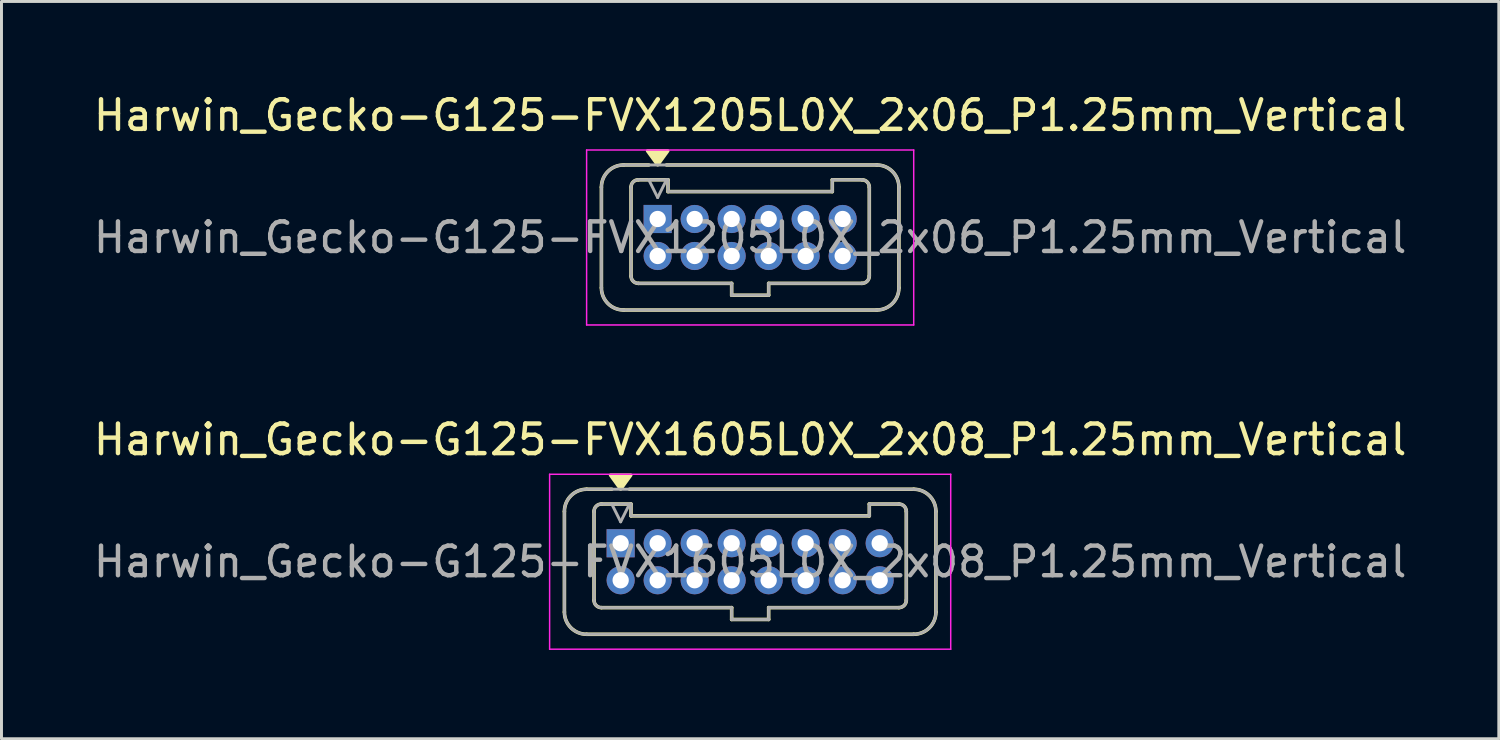
<source format=kicad_pcb>
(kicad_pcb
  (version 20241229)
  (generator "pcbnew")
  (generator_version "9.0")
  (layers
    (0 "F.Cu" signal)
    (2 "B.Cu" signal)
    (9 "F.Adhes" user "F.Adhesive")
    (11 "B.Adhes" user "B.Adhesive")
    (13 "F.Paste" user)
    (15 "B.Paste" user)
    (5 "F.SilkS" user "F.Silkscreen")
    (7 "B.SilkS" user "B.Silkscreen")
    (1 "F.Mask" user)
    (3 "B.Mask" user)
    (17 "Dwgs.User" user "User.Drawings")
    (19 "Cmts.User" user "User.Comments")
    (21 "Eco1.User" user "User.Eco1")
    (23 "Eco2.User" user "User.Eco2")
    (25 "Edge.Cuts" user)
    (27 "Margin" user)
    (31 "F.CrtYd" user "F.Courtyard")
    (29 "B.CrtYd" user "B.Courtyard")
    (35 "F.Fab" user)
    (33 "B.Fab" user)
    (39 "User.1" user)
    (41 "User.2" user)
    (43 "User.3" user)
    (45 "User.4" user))
  (footprint "Harwin_Gecko-G125-FVX1605L0X_2x08_P1.25mm_Vertical"
    (layer "F.Cu")
    (at 17.917 15.302)
    (property "Reference" "Harwin_Gecko-G125-FVX1605L0X_2x08_P1.25mm_Vertical" (at 4.375 -3.5 0) (layer "F.SilkS") (effects (font (size 1 1) (thickness 0.15))))
    (attr through_hole)
    (fp_line (start -1.9 -1.075) (end -1.9 2.325) (stroke (width 0.12) (type solid)) (layer "F.SilkS"))
    (fp_line (start -1.15 -1.825) (end -0.3 -1.825) (stroke (width 0.12) (type solid)) (layer "F.SilkS"))
    (fp_line (start -1.15 3.075) (end 9.9 3.075) (stroke (width 0.12) (type solid)) (layer "F.SilkS"))
    (fp_line (start -0.9 -1.075) (end -0.9 1.925) (stroke (width 0.12) (type solid)) (layer "F.SilkS"))
    (fp_line (start -0.65 -1.325) (end 0.35 -1.325) (stroke (width 0.12) (type solid)) (layer "F.SilkS"))
    (fp_line (start -0.65 2.175) (end 3.75 2.175) (stroke (width 0.12) (type solid)) (layer "F.SilkS"))
    (fp_line (start 0.3 -1.825) (end 9.9 -1.825) (stroke (width 0.12) (type solid)) (layer "F.SilkS"))
    (fp_line (start 0.35 -1.325) (end 0.35 -0.925) (stroke (width 0.12) (type solid)) (layer "F.SilkS"))
    (fp_line (start 0.35 -0.925) (end 8.4 -0.925) (stroke (width 0.12) (type solid)) (layer "F.SilkS"))
    (fp_line (start 3.75 2.175) (end 3.75 2.575) (stroke (width 0.12) (type solid)) (layer "F.SilkS"))
    (fp_line (start 3.75 2.575) (end 5 2.575) (stroke (width 0.12) (type solid)) (layer "F.SilkS"))
    (fp_line (start 5 2.175) (end 9.4 2.175) (stroke (width 0.12) (type solid)) (layer "F.SilkS"))
    (fp_line (start 5 2.575) (end 5 2.175) (stroke (width 0.12) (type solid)) (layer "F.SilkS"))
    (fp_line (start 8.4 -1.325) (end 9.4 -1.325) (stroke (width 0.12) (type solid)) (layer "F.SilkS"))
    (fp_line (start 8.4 -0.925) (end 8.4 -1.325) (stroke (width 0.12) (type solid)) (layer "F.SilkS"))
    (fp_line (start 9.65 -1.075) (end 9.65 1.925) (stroke (width 0.12) (type solid)) (layer "F.SilkS"))
    (fp_line (start 10.65 -1.075) (end 10.65 2.325) (stroke (width 0.12) (type solid)) (layer "F.SilkS"))
    (fp_arc (start -1.9 -1.075) (mid -1.68033 -1.60533) (end -1.15 -1.825) (stroke (width 0.12) (type solid)) (layer "F.SilkS"))
    (fp_arc (start -1.15 3.075) (mid -1.68033 2.85533) (end -1.9 2.325) (stroke (width 0.12) (type solid)) (layer "F.SilkS"))
    (fp_arc (start -0.9 -1.075) (mid -0.826777 -1.251777) (end -0.65 -1.325) (stroke (width 0.12) (type solid)) (layer "F.SilkS"))
    (fp_arc (start -0.65 2.175) (mid -0.826777 2.101777) (end -0.9 1.925) (stroke (width 0.12) (type solid)) (layer "F.SilkS"))
    (fp_arc (start 9.4 -1.325) (mid 9.576777 -1.251777) (end 9.65 -1.075) (stroke (width 0.12) (type solid)) (layer "F.SilkS"))
    (fp_arc (start 9.65 1.925) (mid 9.576777 2.101777) (end 9.4 2.175) (stroke (width 0.12) (type solid)) (layer "F.SilkS"))
    (fp_arc (start 9.9 -1.825) (mid 10.43033 -1.60533) (end 10.65 -1.075) (stroke (width 0.12) (type solid)) (layer "F.SilkS"))
    (fp_arc (start 10.65 2.325) (mid 10.43033 2.85533) (end 9.9 3.075) (stroke (width 0.12) (type solid)) (layer "F.SilkS"))
    (fp_poly (pts (xy 0 -1.83) (xy -0.34 -2.3) (xy 0.34 -2.3) (xy 0 -1.83)) (stroke (width 0.12) (type solid)) (fill yes) (layer "F.SilkS"))
    (fp_line (start -2.4 -2.33) (end -2.4 3.58) (stroke (width 0.05) (type solid)) (layer "F.CrtYd"))
    (fp_line (start -2.4 3.58) (end 11.15 3.58) (stroke (width 0.05) (type solid)) (layer "F.CrtYd"))
    (fp_line (start 11.15 -2.33) (end -2.4 -2.33) (stroke (width 0.05) (type solid)) (layer "F.CrtYd"))
    (fp_line (start 11.15 3.58) (end 11.15 -2.33) (stroke (width 0.05) (type solid)) (layer "F.CrtYd"))
    (fp_line (start -1.9 -1.075) (end -1.9 2.325) (stroke (width 0.1) (type solid)) (layer "F.Fab"))
    (fp_line (start -1.15 -1.825) (end 9.9 -1.825) (stroke (width 0.1) (type solid)) (layer "F.Fab"))
    (fp_line (start -1.15 3.075) (end 9.9 3.075) (stroke (width 0.1) (type solid)) (layer "F.Fab"))
    (fp_line (start -0.9 -1.075) (end -0.9 1.925) (stroke (width 0.1) (type solid)) (layer "F.Fab"))
    (fp_line (start -0.65 -1.325) (end 0.35 -1.325) (stroke (width 0.1) (type solid)) (layer "F.Fab"))
    (fp_line (start -0.65 2.175) (end 3.75 2.175) (stroke (width 0.1) (type solid)) (layer "F.Fab"))
    (fp_line (start 0 -0.725) (end -0.3 -1.325) (stroke (width 0.1) (type solid)) (layer "F.Fab"))
    (fp_line (start 0.3 -1.325) (end 0 -0.725) (stroke (width 0.1) (type solid)) (layer "F.Fab"))
    (fp_line (start 0.35 -1.325) (end 0.35 -0.925) (stroke (width 0.1) (type solid)) (layer "F.Fab"))
    (fp_line (start 0.35 -0.925) (end 8.4 -0.925) (stroke (width 0.1) (type solid)) (layer "F.Fab"))
    (fp_line (start 3.75 2.175) (end 3.75 2.575) (stroke (width 0.1) (type solid)) (layer "F.Fab"))
    (fp_line (start 3.75 2.575) (end 5 2.575) (stroke (width 0.1) (type solid)) (layer "F.Fab"))
    (fp_line (start 5 2.175) (end 9.4 2.175) (stroke (width 0.1) (type solid)) (layer "F.Fab"))
    (fp_line (start 5 2.575) (end 5 2.175) (stroke (width 0.1) (type solid)) (layer "F.Fab"))
    (fp_line (start 8.4 -1.325) (end 9.4 -1.325) (stroke (width 0.1) (type solid)) (layer "F.Fab"))
    (fp_line (start 8.4 -0.925) (end 8.4 -1.325) (stroke (width 0.1) (type solid)) (layer "F.Fab"))
    (fp_line (start 9.65 -1.075) (end 9.65 1.925) (stroke (width 0.1) (type solid)) (layer "F.Fab"))
    (fp_line (start 10.65 -1.075) (end 10.65 2.325) (stroke (width 0.1) (type solid)) (layer "F.Fab"))
    (fp_arc (start -1.9 -1.075) (mid -1.68033 -1.60533) (end -1.15 -1.825) (stroke (width 0.1) (type solid)) (layer "F.Fab"))
    (fp_arc (start -1.15 3.075) (mid -1.68033 2.85533) (end -1.9 2.325) (stroke (width 0.1) (type solid)) (layer "F.Fab"))
    (fp_arc (start -0.9 -1.075) (mid -0.826777 -1.251777) (end -0.65 -1.325) (stroke (width 0.1) (type solid)) (layer "F.Fab"))
    (fp_arc (start -0.65 2.175) (mid -0.826777 2.101777) (end -0.9 1.925) (stroke (width 0.1) (type solid)) (layer "F.Fab"))
    (fp_arc (start 9.4 -1.325) (mid 9.576777 -1.251777) (end 9.65 -1.075) (stroke (width 0.1) (type solid)) (layer "F.Fab"))
    (fp_arc (start 9.65 1.925) (mid 9.576777 2.101777) (end 9.4 2.175) (stroke (width 0.1) (type solid)) (layer "F.Fab"))
    (fp_arc (start 9.9 -1.825) (mid 10.43033 -1.60533) (end 10.65 -1.075) (stroke (width 0.1) (type solid)) (layer "F.Fab"))
    (fp_arc (start 10.65 2.325) (mid 10.43033 2.85533) (end 9.9 3.075) (stroke (width 0.1) (type solid)) (layer "F.Fab"))
    (fp_text user "${REFERENCE}" (at 4.375 0.625 0) (layer "F.Fab") (effects (font (size 1 1) (thickness 0.15))))
    (pad "1" thru_hole rect (at 0 0) (size 0.95 0.95) (drill 0.55) (layers "*.Cu" "*.Mask"))
    (pad "2" thru_hole circle (at 1.25 0) (size 0.95 0.95) (drill 0.55) (layers "*.Cu" "*.Mask"))
    (pad "3" thru_hole circle (at 2.5 0) (size 0.95 0.95) (drill 0.55) (layers "*.Cu" "*.Mask"))
    (pad "4" thru_hole circle (at 3.75 0) (size 0.95 0.95) (drill 0.55) (layers "*.Cu" "*.Mask"))
    (pad "5" thru_hole circle (at 5 0) (size 0.95 0.95) (drill 0.55) (layers "*.Cu" "*.Mask"))
    (pad "6" thru_hole circle (at 6.25 0) (size 0.95 0.95) (drill 0.55) (layers "*.Cu" "*.Mask"))
    (pad "7" thru_hole circle (at 7.5 0) (size 0.95 0.95) (drill 0.55) (layers "*.Cu" "*.Mask"))
    (pad "8" thru_hole circle (at 8.75 0) (size 0.95 0.95) (drill 0.55) (layers "*.Cu" "*.Mask"))
    (pad "9" thru_hole circle (at 0 1.25) (size 0.95 0.95) (drill 0.55) (layers "*.Cu" "*.Mask"))
    (pad "10" thru_hole circle (at 1.25 1.25) (size 0.95 0.95) (drill 0.55) (layers "*.Cu" "*.Mask"))
    (pad "11" thru_hole circle (at 2.5 1.25) (size 0.95 0.95) (drill 0.55) (layers "*.Cu" "*.Mask"))
    (pad "12" thru_hole circle (at 3.75 1.25) (size 0.95 0.95) (drill 0.55) (layers "*.Cu" "*.Mask"))
    (pad "13" thru_hole circle (at 5 1.25) (size 0.95 0.95) (drill 0.55) (layers "*.Cu" "*.Mask"))
    (pad "14" thru_hole circle (at 6.25 1.25) (size 0.95 0.95) (drill 0.55) (layers "*.Cu" "*.Mask"))
    (pad "15" thru_hole circle (at 7.5 1.25) (size 0.95 0.95) (drill 0.55) (layers "*.Cu" "*.Mask"))
    (pad "16" thru_hole circle (at 8.75 1.25) (size 0.95 0.95) (drill 0.55) (layers "*.Cu" "*.Mask")))
  (footprint "Harwin_Gecko-G125-FVX1205L0X_2x06_P1.25mm_Vertical"
    (layer "F.Cu")
    (at 19.167 4.348)
    (property "Reference" "Harwin_Gecko-G125-FVX1205L0X_2x06_P1.25mm_Vertical" (at 3.125 -3.5 0) (layer "F.SilkS") (effects (font (size 1 1) (thickness 0.15))))
    (attr through_hole)
    (fp_line (start -1.9 -1.075) (end -1.9 2.325) (stroke (width 0.12) (type solid)) (layer "F.SilkS"))
    (fp_line (start -1.15 -1.825) (end -0.3 -1.825) (stroke (width 0.12) (type solid)) (layer "F.SilkS"))
    (fp_line (start -1.15 3.075) (end 7.4 3.075) (stroke (width 0.12) (type solid)) (layer "F.SilkS"))
    (fp_line (start -0.9 -1.075) (end -0.9 1.925) (stroke (width 0.12) (type solid)) (layer "F.SilkS"))
    (fp_line (start -0.65 -1.325) (end 0.35 -1.325) (stroke (width 0.12) (type solid)) (layer "F.SilkS"))
    (fp_line (start -0.65 2.175) (end 2.5 2.175) (stroke (width 0.12) (type solid)) (layer "F.SilkS"))
    (fp_line (start 0.3 -1.825) (end 7.4 -1.825) (stroke (width 0.12) (type solid)) (layer "F.SilkS"))
    (fp_line (start 0.35 -1.325) (end 0.35 -0.925) (stroke (width 0.12) (type solid)) (layer "F.SilkS"))
    (fp_line (start 0.35 -0.925) (end 5.9 -0.925) (stroke (width 0.12) (type solid)) (layer "F.SilkS"))
    (fp_line (start 2.5 2.175) (end 2.5 2.575) (stroke (width 0.12) (type solid)) (layer "F.SilkS"))
    (fp_line (start 2.5 2.575) (end 3.75 2.575) (stroke (width 0.12) (type solid)) (layer "F.SilkS"))
    (fp_line (start 3.75 2.175) (end 6.9 2.175) (stroke (width 0.12) (type solid)) (layer "F.SilkS"))
    (fp_line (start 3.75 2.575) (end 3.75 2.175) (stroke (width 0.12) (type solid)) (layer "F.SilkS"))
    (fp_line (start 5.9 -1.325) (end 6.9 -1.325) (stroke (width 0.12) (type solid)) (layer "F.SilkS"))
    (fp_line (start 5.9 -0.925) (end 5.9 -1.325) (stroke (width 0.12) (type solid)) (layer "F.SilkS"))
    (fp_line (start 7.15 -1.075) (end 7.15 1.925) (stroke (width 0.12) (type solid)) (layer "F.SilkS"))
    (fp_line (start 8.15 -1.075) (end 8.15 2.325) (stroke (width 0.12) (type solid)) (layer "F.SilkS"))
    (fp_arc (start -1.9 -1.075) (mid -1.68033 -1.60533) (end -1.15 -1.825) (stroke (width 0.12) (type solid)) (layer "F.SilkS"))
    (fp_arc (start -1.15 3.075) (mid -1.68033 2.85533) (end -1.9 2.325) (stroke (width 0.12) (type solid)) (layer "F.SilkS"))
    (fp_arc (start -0.9 -1.075) (mid -0.826777 -1.251777) (end -0.65 -1.325) (stroke (width 0.12) (type solid)) (layer "F.SilkS"))
    (fp_arc (start -0.65 2.175) (mid -0.826777 2.101777) (end -0.9 1.925) (stroke (width 0.12) (type solid)) (layer "F.SilkS"))
    (fp_arc (start 6.9 -1.325) (mid 7.076777 -1.251777) (end 7.15 -1.075) (stroke (width 0.12) (type solid)) (layer "F.SilkS"))
    (fp_arc (start 7.15 1.925) (mid 7.076777 2.101777) (end 6.9 2.175) (stroke (width 0.12) (type solid)) (layer "F.SilkS"))
    (fp_arc (start 7.4 -1.825) (mid 7.93033 -1.60533) (end 8.15 -1.075) (stroke (width 0.12) (type solid)) (layer "F.SilkS"))
    (fp_arc (start 8.15 2.325) (mid 7.93033 2.85533) (end 7.4 3.075) (stroke (width 0.12) (type solid)) (layer "F.SilkS"))
    (fp_poly (pts (xy 0 -1.83) (xy -0.34 -2.3) (xy 0.34 -2.3) (xy 0 -1.83)) (stroke (width 0.12) (type solid)) (fill yes) (layer "F.SilkS"))
    (fp_line (start -2.4 -2.33) (end -2.4 3.58) (stroke (width 0.05) (type solid)) (layer "F.CrtYd"))
    (fp_line (start -2.4 3.58) (end 8.65 3.58) (stroke (width 0.05) (type solid)) (layer "F.CrtYd"))
    (fp_line (start 8.65 -2.33) (end -2.4 -2.33) (stroke (width 0.05) (type solid)) (layer "F.CrtYd"))
    (fp_line (start 8.65 3.58) (end 8.65 -2.33) (stroke (width 0.05) (type solid)) (layer "F.CrtYd"))
    (fp_line (start -1.9 -1.075) (end -1.9 2.325) (stroke (width 0.1) (type solid)) (layer "F.Fab"))
    (fp_line (start -1.15 -1.825) (end 7.4 -1.825) (stroke (width 0.1) (type solid)) (layer "F.Fab"))
    (fp_line (start -1.15 3.075) (end 7.4 3.075) (stroke (width 0.1) (type solid)) (layer "F.Fab"))
    (fp_line (start -0.9 -1.075) (end -0.9 1.925) (stroke (width 0.1) (type solid)) (layer "F.Fab"))
    (fp_line (start -0.65 -1.325) (end 0.35 -1.325) (stroke (width 0.1) (type solid)) (layer "F.Fab"))
    (fp_line (start -0.65 2.175) (end 2.5 2.175) (stroke (width 0.1) (type solid)) (layer "F.Fab"))
    (fp_line (start 0 -0.725) (end -0.3 -1.325) (stroke (width 0.1) (type solid)) (layer "F.Fab"))
    (fp_line (start 0.3 -1.325) (end 0 -0.725) (stroke (width 0.1) (type solid)) (layer "F.Fab"))
    (fp_line (start 0.35 -1.325) (end 0.35 -0.925) (stroke (width 0.1) (type solid)) (layer "F.Fab"))
    (fp_line (start 0.35 -0.925) (end 5.9 -0.925) (stroke (width 0.1) (type solid)) (layer "F.Fab"))
    (fp_line (start 2.5 2.175) (end 2.5 2.575) (stroke (width 0.1) (type solid)) (layer "F.Fab"))
    (fp_line (start 2.5 2.575) (end 3.75 2.575) (stroke (width 0.1) (type solid)) (layer "F.Fab"))
    (fp_line (start 3.75 2.175) (end 6.9 2.175) (stroke (width 0.1) (type solid)) (layer "F.Fab"))
    (fp_line (start 3.75 2.575) (end 3.75 2.175) (stroke (width 0.1) (type solid)) (layer "F.Fab"))
    (fp_line (start 5.9 -1.325) (end 6.9 -1.325) (stroke (width 0.1) (type solid)) (layer "F.Fab"))
    (fp_line (start 5.9 -0.925) (end 5.9 -1.325) (stroke (width 0.1) (type solid)) (layer "F.Fab"))
    (fp_line (start 7.15 -1.075) (end 7.15 1.925) (stroke (width 0.1) (type solid)) (layer "F.Fab"))
    (fp_line (start 8.15 -1.075) (end 8.15 2.325) (stroke (width 0.1) (type solid)) (layer "F.Fab"))
    (fp_arc (start -1.9 -1.075) (mid -1.68033 -1.60533) (end -1.15 -1.825) (stroke (width 0.1) (type solid)) (layer "F.Fab"))
    (fp_arc (start -1.15 3.075) (mid -1.68033 2.85533) (end -1.9 2.325) (stroke (width 0.1) (type solid)) (layer "F.Fab"))
    (fp_arc (start -0.9 -1.075) (mid -0.826777 -1.251777) (end -0.65 -1.325) (stroke (width 0.1) (type solid)) (layer "F.Fab"))
    (fp_arc (start -0.65 2.175) (mid -0.826777 2.101777) (end -0.9 1.925) (stroke (width 0.1) (type solid)) (layer "F.Fab"))
    (fp_arc (start 6.9 -1.325) (mid 7.076777 -1.251777) (end 7.15 -1.075) (stroke (width 0.1) (type solid)) (layer "F.Fab"))
    (fp_arc (start 7.15 1.925) (mid 7.076777 2.101777) (end 6.9 2.175) (stroke (width 0.1) (type solid)) (layer "F.Fab"))
    (fp_arc (start 7.4 -1.825) (mid 7.93033 -1.60533) (end 8.15 -1.075) (stroke (width 0.1) (type solid)) (layer "F.Fab"))
    (fp_arc (start 8.15 2.325) (mid 7.93033 2.85533) (end 7.4 3.075) (stroke (width 0.1) (type solid)) (layer "F.Fab"))
    (fp_text user "${REFERENCE}" (at 3.125 0.625 0) (layer "F.Fab") (effects (font (size 1 1) (thickness 0.15))))
    (pad "1" thru_hole rect (at 0 0) (size 0.95 0.95) (drill 0.55) (layers "*.Cu" "*.Mask"))
    (pad "2" thru_hole circle (at 1.25 0) (size 0.95 0.95) (drill 0.55) (layers "*.Cu" "*.Mask"))
    (pad "3" thru_hole circle (at 2.5 0) (size 0.95 0.95) (drill 0.55) (layers "*.Cu" "*.Mask"))
    (pad "4" thru_hole circle (at 3.75 0) (size 0.95 0.95) (drill 0.55) (layers "*.Cu" "*.Mask"))
    (pad "5" thru_hole circle (at 5 0) (size 0.95 0.95) (drill 0.55) (layers "*.Cu" "*.Mask"))
    (pad "6" thru_hole circle (at 6.25 0) (size 0.95 0.95) (drill 0.55) (layers "*.Cu" "*.Mask"))
    (pad "7" thru_hole circle (at 0 1.25) (size 0.95 0.95) (drill 0.55) (layers "*.Cu" "*.Mask"))
    (pad "8" thru_hole circle (at 1.25 1.25) (size 0.95 0.95) (drill 0.55) (layers "*.Cu" "*.Mask"))
    (pad "9" thru_hole circle (at 2.5 1.25) (size 0.95 0.95) (drill 0.55) (layers "*.Cu" "*.Mask"))
    (pad "10" thru_hole circle (at 3.75 1.25) (size 0.95 0.95) (drill 0.55) (layers "*.Cu" "*.Mask"))
    (pad "11" thru_hole circle (at 5 1.25) (size 0.95 0.95) (drill 0.55) (layers "*.Cu" "*.Mask"))
    (pad "12" thru_hole circle (at 6.25 1.25) (size 0.95 0.95) (drill 0.55) (layers "*.Cu" "*.Mask")))
  (gr_rect
    (start -3 -3)
    (end 47.583 21.907)
    (stroke (width 0.1) (type default))
    (fill no)
    (layer "Edge.Cuts")))
</source>
